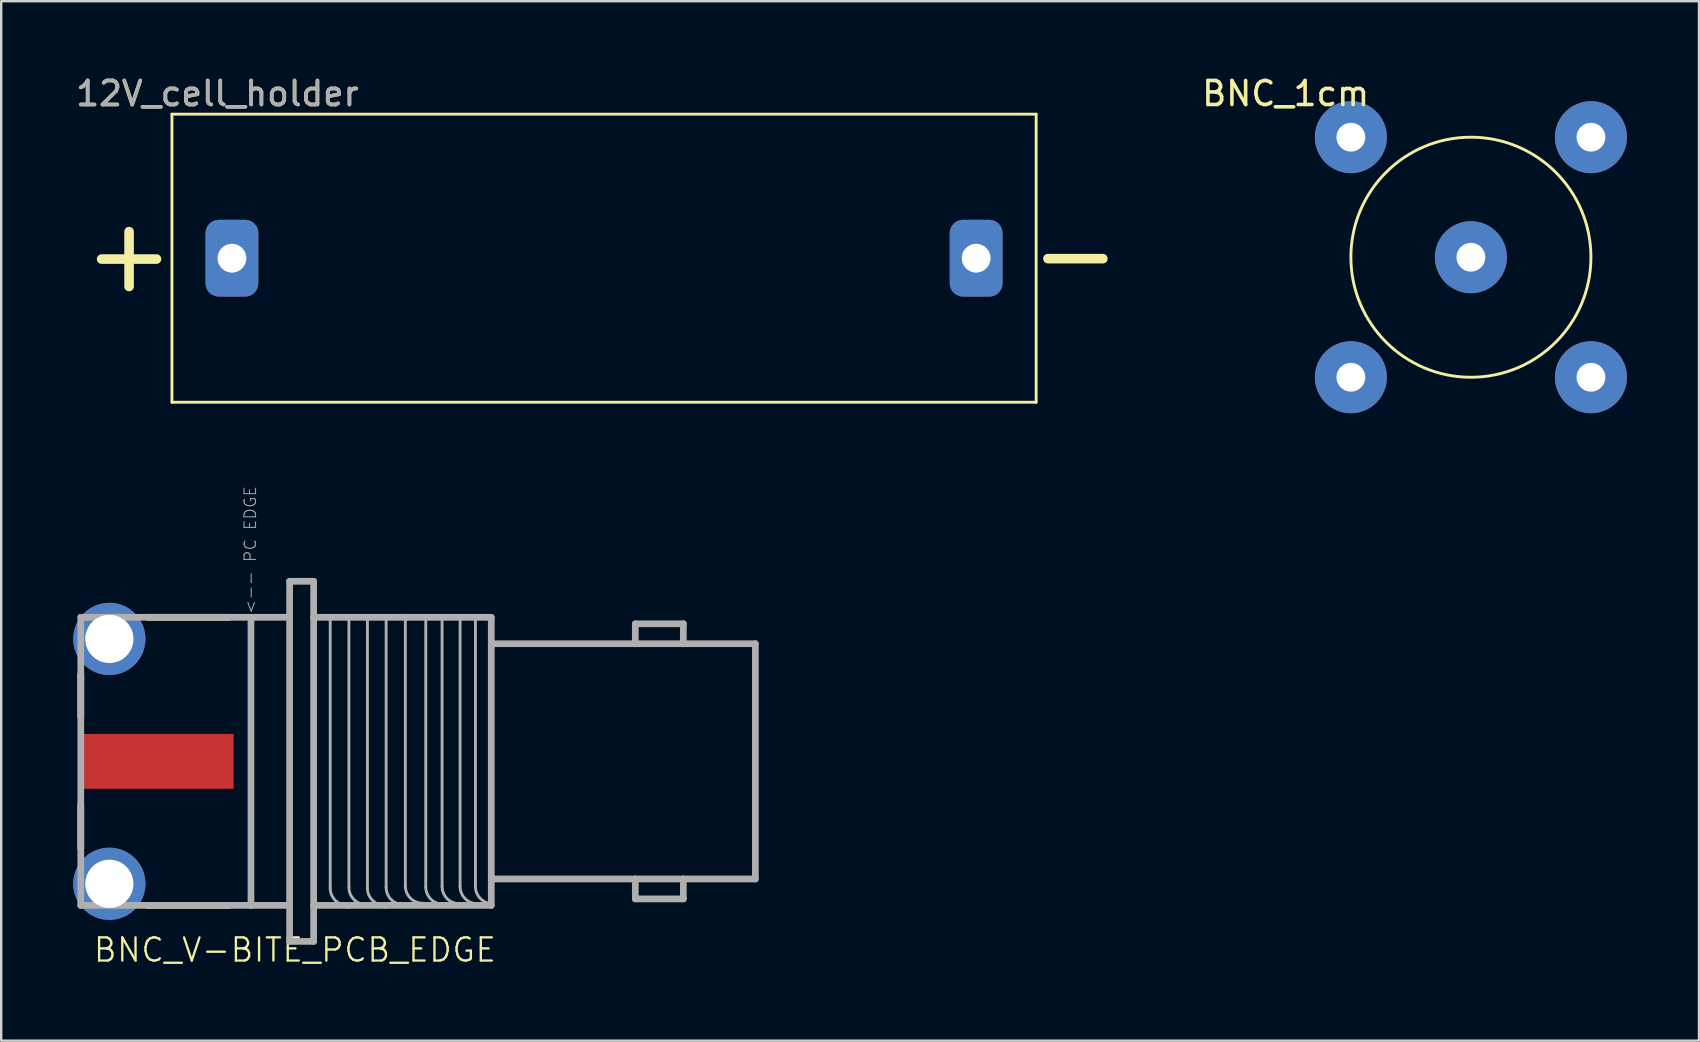
<source format=kicad_pcb>
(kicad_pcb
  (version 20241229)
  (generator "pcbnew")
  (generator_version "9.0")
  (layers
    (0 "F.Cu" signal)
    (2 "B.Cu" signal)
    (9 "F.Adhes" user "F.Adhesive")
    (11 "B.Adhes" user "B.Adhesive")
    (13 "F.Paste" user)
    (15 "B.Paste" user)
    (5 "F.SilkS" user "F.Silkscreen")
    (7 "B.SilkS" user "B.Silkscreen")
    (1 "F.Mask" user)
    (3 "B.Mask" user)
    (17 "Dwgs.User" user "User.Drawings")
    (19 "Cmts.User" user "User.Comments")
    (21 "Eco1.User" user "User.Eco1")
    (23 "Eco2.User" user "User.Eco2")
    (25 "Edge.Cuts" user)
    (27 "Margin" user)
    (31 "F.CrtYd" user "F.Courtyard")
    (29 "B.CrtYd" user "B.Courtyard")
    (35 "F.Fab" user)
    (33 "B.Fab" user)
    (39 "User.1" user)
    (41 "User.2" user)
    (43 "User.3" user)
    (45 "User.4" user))
  (footprint "BNC_V-BITE_PCB_EDGE"
    (layer "F.Cu")
    (at 1.505 28.665)
    (property "Reference" "BNC_V-BITE_PCB_EDGE" (at -0.72 8.42 180) (layer "F.SilkS") (effects (font (size 0.965 0.965) (thickness 0.097)) (justify left bottom)))
    (attr through_hole)
    (fp_line (start -1.19 -1.86) (end -1.19 -3.62) (stroke (width 0.28) (type solid)) (layer "F.SilkS"))
    (fp_line (start -1.19 3.62) (end -1.19 1.86) (stroke (width 0.28) (type solid)) (layer "F.SilkS"))
    (fp_line (start 1.6 -6) (end 5 -6) (stroke (width 0.28) (type solid)) (layer "F.SilkS"))
    (fp_line (start 1.6 6) (end 5 6) (stroke (width 0.28) (type solid)) (layer "F.SilkS"))
    (fp_line (start -1.19 -6) (end 5.9 -6) (stroke (width 0.28) (type solid)) (layer "F.Fab"))
    (fp_line (start -1.19 6) (end -1.19 -6) (stroke (width 0.28) (type solid)) (layer "F.Fab"))
    (fp_line (start 5.9 -6) (end 5.9 6) (stroke (width 0.28) (type solid)) (layer "F.Fab"))
    (fp_line (start 5.9 6) (end -1.19 6) (stroke (width 0.28) (type solid)) (layer "F.Fab"))
    (fp_line (start 7.51 -7.5) (end 7.51 -6) (stroke (width 0.28) (type solid)) (layer "F.Fab"))
    (fp_line (start 7.51 -7.5) (end 8.51 -7.5) (stroke (width 0.28) (type solid)) (layer "F.Fab"))
    (fp_line (start 7.51 -6) (end 5.9 -6) (stroke (width 0.28) (type solid)) (layer "F.Fab"))
    (fp_line (start 7.51 -6) (end 7.51 6) (stroke (width 0.28) (type solid)) (layer "F.Fab"))
    (fp_line (start 7.51 6) (end 5.9 6) (stroke (width 0.28) (type solid)) (layer "F.Fab"))
    (fp_line (start 7.51 6) (end 7.51 7.5) (stroke (width 0.28) (type solid)) (layer "F.Fab"))
    (fp_line (start 7.51 7.5) (end 8.51 7.5) (stroke (width 0.28) (type solid)) (layer "F.Fab"))
    (fp_line (start 8.51 -7.5) (end 8.51 -6) (stroke (width 0.28) (type solid)) (layer "F.Fab"))
    (fp_line (start 8.51 -6) (end 8.51 6) (stroke (width 0.28) (type solid)) (layer "F.Fab"))
    (fp_line (start 8.51 -6) (end 9.2 -6) (stroke (width 0.28) (type solid)) (layer "F.Fab"))
    (fp_line (start 8.51 6) (end 8.51 7.5) (stroke (width 0.28) (type solid)) (layer "F.Fab"))
    (fp_line (start 8.51 6) (end 9.92 6) (stroke (width 0.28) (type solid)) (layer "F.Fab"))
    (fp_line (start 9.2 -6) (end 9.2 5.28) (stroke (width 0.12) (type solid)) (layer "F.Fab"))
    (fp_line (start 9.2 -6) (end 10.75 -6) (stroke (width 0.28) (type solid)) (layer "F.Fab"))
    (fp_line (start 9.92 6) (end 11.47 6) (stroke (width 0.28) (type solid)) (layer "F.Fab"))
    (fp_line (start 9.98 -6.03) (end 9.98 5.25) (stroke (width 0.12) (type solid)) (layer "F.Fab"))
    (fp_line (start 10.75 -6) (end 10.75 5.28) (stroke (width 0.12) (type solid)) (layer "F.Fab"))
    (fp_line (start 10.75 -6) (end 15.91 -6) (stroke (width 0.28) (type solid)) (layer "F.Fab"))
    (fp_line (start 11.47 6) (end 15.91 6) (stroke (width 0.28) (type solid)) (layer "F.Fab"))
    (fp_line (start 11.53 -6.03) (end 11.53 5.25) (stroke (width 0.12) (type solid)) (layer "F.Fab"))
    (fp_line (start 12.33 -6.09) (end 12.33 5.19) (stroke (width 0.12) (type solid)) (layer "F.Fab"))
    (fp_line (start 13.18 -6.05) (end 13.18 5.23) (stroke (width 0.12) (type solid)) (layer "F.Fab"))
    (fp_line (start 13.86 -6.07) (end 13.86 5.21) (stroke (width 0.12) (type solid)) (layer "F.Fab"))
    (fp_line (start 14.61 -6.07) (end 14.61 5.21) (stroke (width 0.12) (type solid)) (layer "F.Fab"))
    (fp_line (start 15.25 -6.07) (end 15.25 5.21) (stroke (width 0.12) (type solid)) (layer "F.Fab"))
    (fp_line (start 15.91 -6) (end 15.91 -4.9) (stroke (width 0.28) (type solid)) (layer "F.Fab"))
    (fp_line (start 15.91 -4.9) (end 15.91 4.9) (stroke (width 0.28) (type solid)) (layer "F.Fab"))
    (fp_line (start 15.91 4.9) (end 15.91 6) (stroke (width 0.28) (type solid)) (layer "F.Fab"))
    (fp_line (start 21.91 -5.73) (end 23.91 -5.73) (stroke (width 0.28) (type solid)) (layer "F.Fab"))
    (fp_line (start 21.91 -4.9) (end 15.91 -4.9) (stroke (width 0.28) (type solid)) (layer "F.Fab"))
    (fp_line (start 21.91 -4.9) (end 21.91 -5.73) (stroke (width 0.28) (type solid)) (layer "F.Fab"))
    (fp_line (start 21.91 4.9) (end 15.91 4.9) (stroke (width 0.28) (type solid)) (layer "F.Fab"))
    (fp_line (start 21.91 5.73) (end 21.91 4.9) (stroke (width 0.28) (type solid)) (layer "F.Fab"))
    (fp_line (start 23.91 -5.73) (end 23.91 -4.9) (stroke (width 0.28) (type solid)) (layer "F.Fab"))
    (fp_line (start 23.91 -4.9) (end 21.91 -4.9) (stroke (width 0.28) (type solid)) (layer "F.Fab"))
    (fp_line (start 23.91 4.9) (end 21.91 4.9) (stroke (width 0.28) (type solid)) (layer "F.Fab"))
    (fp_line (start 23.91 4.9) (end 23.91 5.73) (stroke (width 0.28) (type solid)) (layer "F.Fab"))
    (fp_line (start 23.91 5.73) (end 21.91 5.73) (stroke (width 0.28) (type solid)) (layer "F.Fab"))
    (fp_line (start 26.91 -4.9) (end 23.91 -4.9) (stroke (width 0.28) (type solid)) (layer "F.Fab"))
    (fp_line (start 26.91 -4.9) (end 26.91 4.9) (stroke (width 0.28) (type solid)) (layer "F.Fab"))
    (fp_line (start 26.91 4.9) (end 23.91 4.9) (stroke (width 0.28) (type solid)) (layer "F.Fab"))
    (fp_arc (start 9.92 6) (mid 9.410883 5.789117) (end 9.2 5.28) (stroke (width 0.12) (type solid)) (layer "F.Fab"))
    (fp_arc (start 10.7 5.97) (mid 10.190883 5.759117) (end 9.98 5.25) (stroke (width 0.12) (type solid)) (layer "F.Fab"))
    (fp_arc (start 11.47 6) (mid 10.960883 5.789117) (end 10.75 5.28) (stroke (width 0.12) (type solid)) (layer "F.Fab"))
    (fp_arc (start 12.25 5.97) (mid 11.740883 5.759117) (end 11.53 5.25) (stroke (width 0.12) (type solid)) (layer "F.Fab"))
    (fp_arc (start 13.05 5.91) (mid 12.540883 5.699117) (end 12.33 5.19) (stroke (width 0.12) (type solid)) (layer "F.Fab"))
    (fp_arc (start 13.9 5.95) (mid 13.390883 5.739117) (end 13.18 5.23) (stroke (width 0.12) (type solid)) (layer "F.Fab"))
    (fp_arc (start 14.58 5.93) (mid 14.070883 5.719117) (end 13.86 5.21) (stroke (width 0.12) (type solid)) (layer "F.Fab"))
    (fp_arc (start 15.33 5.93) (mid 14.820883 5.719117) (end 14.61 5.21) (stroke (width 0.12) (type solid)) (layer "F.Fab"))
    (fp_arc (start 15.97 5.93) (mid 15.460883 5.719117) (end 15.25 5.21) (stroke (width 0.12) (type solid)) (layer "F.Fab"))
    (fp_text user "<-- PC EDGE" (at 5.588 -11.5 90) (layer "F.Fab") (effects (font (size 0.483 0.483) (thickness 0.041)) (justify right top)))
    (pad "1" smd rect (at 2 0) (size 6.35 2.286) (layers "F.Cu" "F.Mask"))
    (pad "2" thru_hole circle (at 0 -5.1) (size 3.01 3.01) (drill 2.007) (layers "*.Cu" "*.Mask"))
    (pad "2" thru_hole circle (at 0 5.1) (size 3.01 3.01) (drill 2.007) (layers "*.Cu" "*.Mask")))
  (footprint "BNC_1cm"
    (layer "F.Cu")
    (at 58.222 7.665)
    (property "Reference" "BNC_1cm" (at -7.717 -6.817 0) (unlocked yes) (layer "F.SilkS") (effects (font (size 1 1) (thickness 0.15))))
    (attr through_hole)
    (fp_circle (center 0 0) (end 0 -5) (stroke (width 0.12) (type solid)) (fill no) (layer "F.SilkS"))
    (pad "1" thru_hole circle (at 0 0) (size 3 3) (drill 1.2) (layers "*.Cu" "*.Mask"))
    (pad "2" thru_hole circle (at -5 -5) (size 3 3) (drill 1.2) (layers "*.Cu" "*.Mask"))
    (pad "2" thru_hole circle (at -5 5) (size 3 3) (drill 1.2) (layers "*.Cu" "*.Mask"))
    (pad "2" thru_hole circle (at 5 -5) (size 3 3) (drill 1.2) (layers "*.Cu" "*.Mask"))
    (pad "2" thru_hole circle (at 5 5) (size 3 3) (drill 1.2) (layers "*.Cu" "*.Mask")))
  (footprint "12V_cell_holder"
    (layer "F.Cu")
    (at 22.112 7.705)
    (property "Reference" "12V_cell_holder" (at -16.106 -6.857 0) (unlocked yes) (layer "F.SilkS") (effects (font (size 1 1) (thickness 0.15))))
    (attr through_hole)
    (fp_rect (start -18 -6) (end -18 6) (stroke (width 0.12) (type solid)) (fill no) (layer "F.SilkS"))
    (fp_rect (start -18 -6) (end 18 -6) (stroke (width 0.12) (type solid)) (fill no) (layer "F.SilkS"))
    (fp_rect (start 18 -6) (end 18 6) (stroke (width 0.12) (type solid)) (fill no) (layer "F.SilkS"))
    (fp_rect (start 18 6) (end -18 6) (stroke (width 0.12) (type solid)) (fill no) (layer "F.SilkS"))
    (fp_text user "+" (at -19.785 -0.188 0) (unlocked yes) (layer "F.SilkS") (effects (font (size 3 3) (thickness 0.4))))
    (fp_text user "-" (at 19.635 -0.205 0) (unlocked yes) (layer "F.SilkS") (effects (font (size 3 3) (thickness 0.4))))
    (fp_text user "${REFERENCE}" (at -16.106 -6.857 0) (unlocked yes) (layer "F.Fab") (effects (font (size 1 1) (thickness 0.15))))
    (pad "1" thru_hole roundrect (at -15.5 0) (size 2.2 3.2) (drill 1.2) (layers "*.Cu" "*.Mask") (roundrect_rratio 0.25))
    (pad "2" thru_hole roundrect (at 15.5 0) (size 2.2 3.2) (drill 1.2) (layers "*.Cu" "*.Mask") (roundrect_rratio 0.25)))
  (gr_rect
    (start -3 -3)
    (end 67.722 40.299)
    (stroke (width 0.1) (type default))
    (fill no)
    (layer "Edge.Cuts")))
</source>
